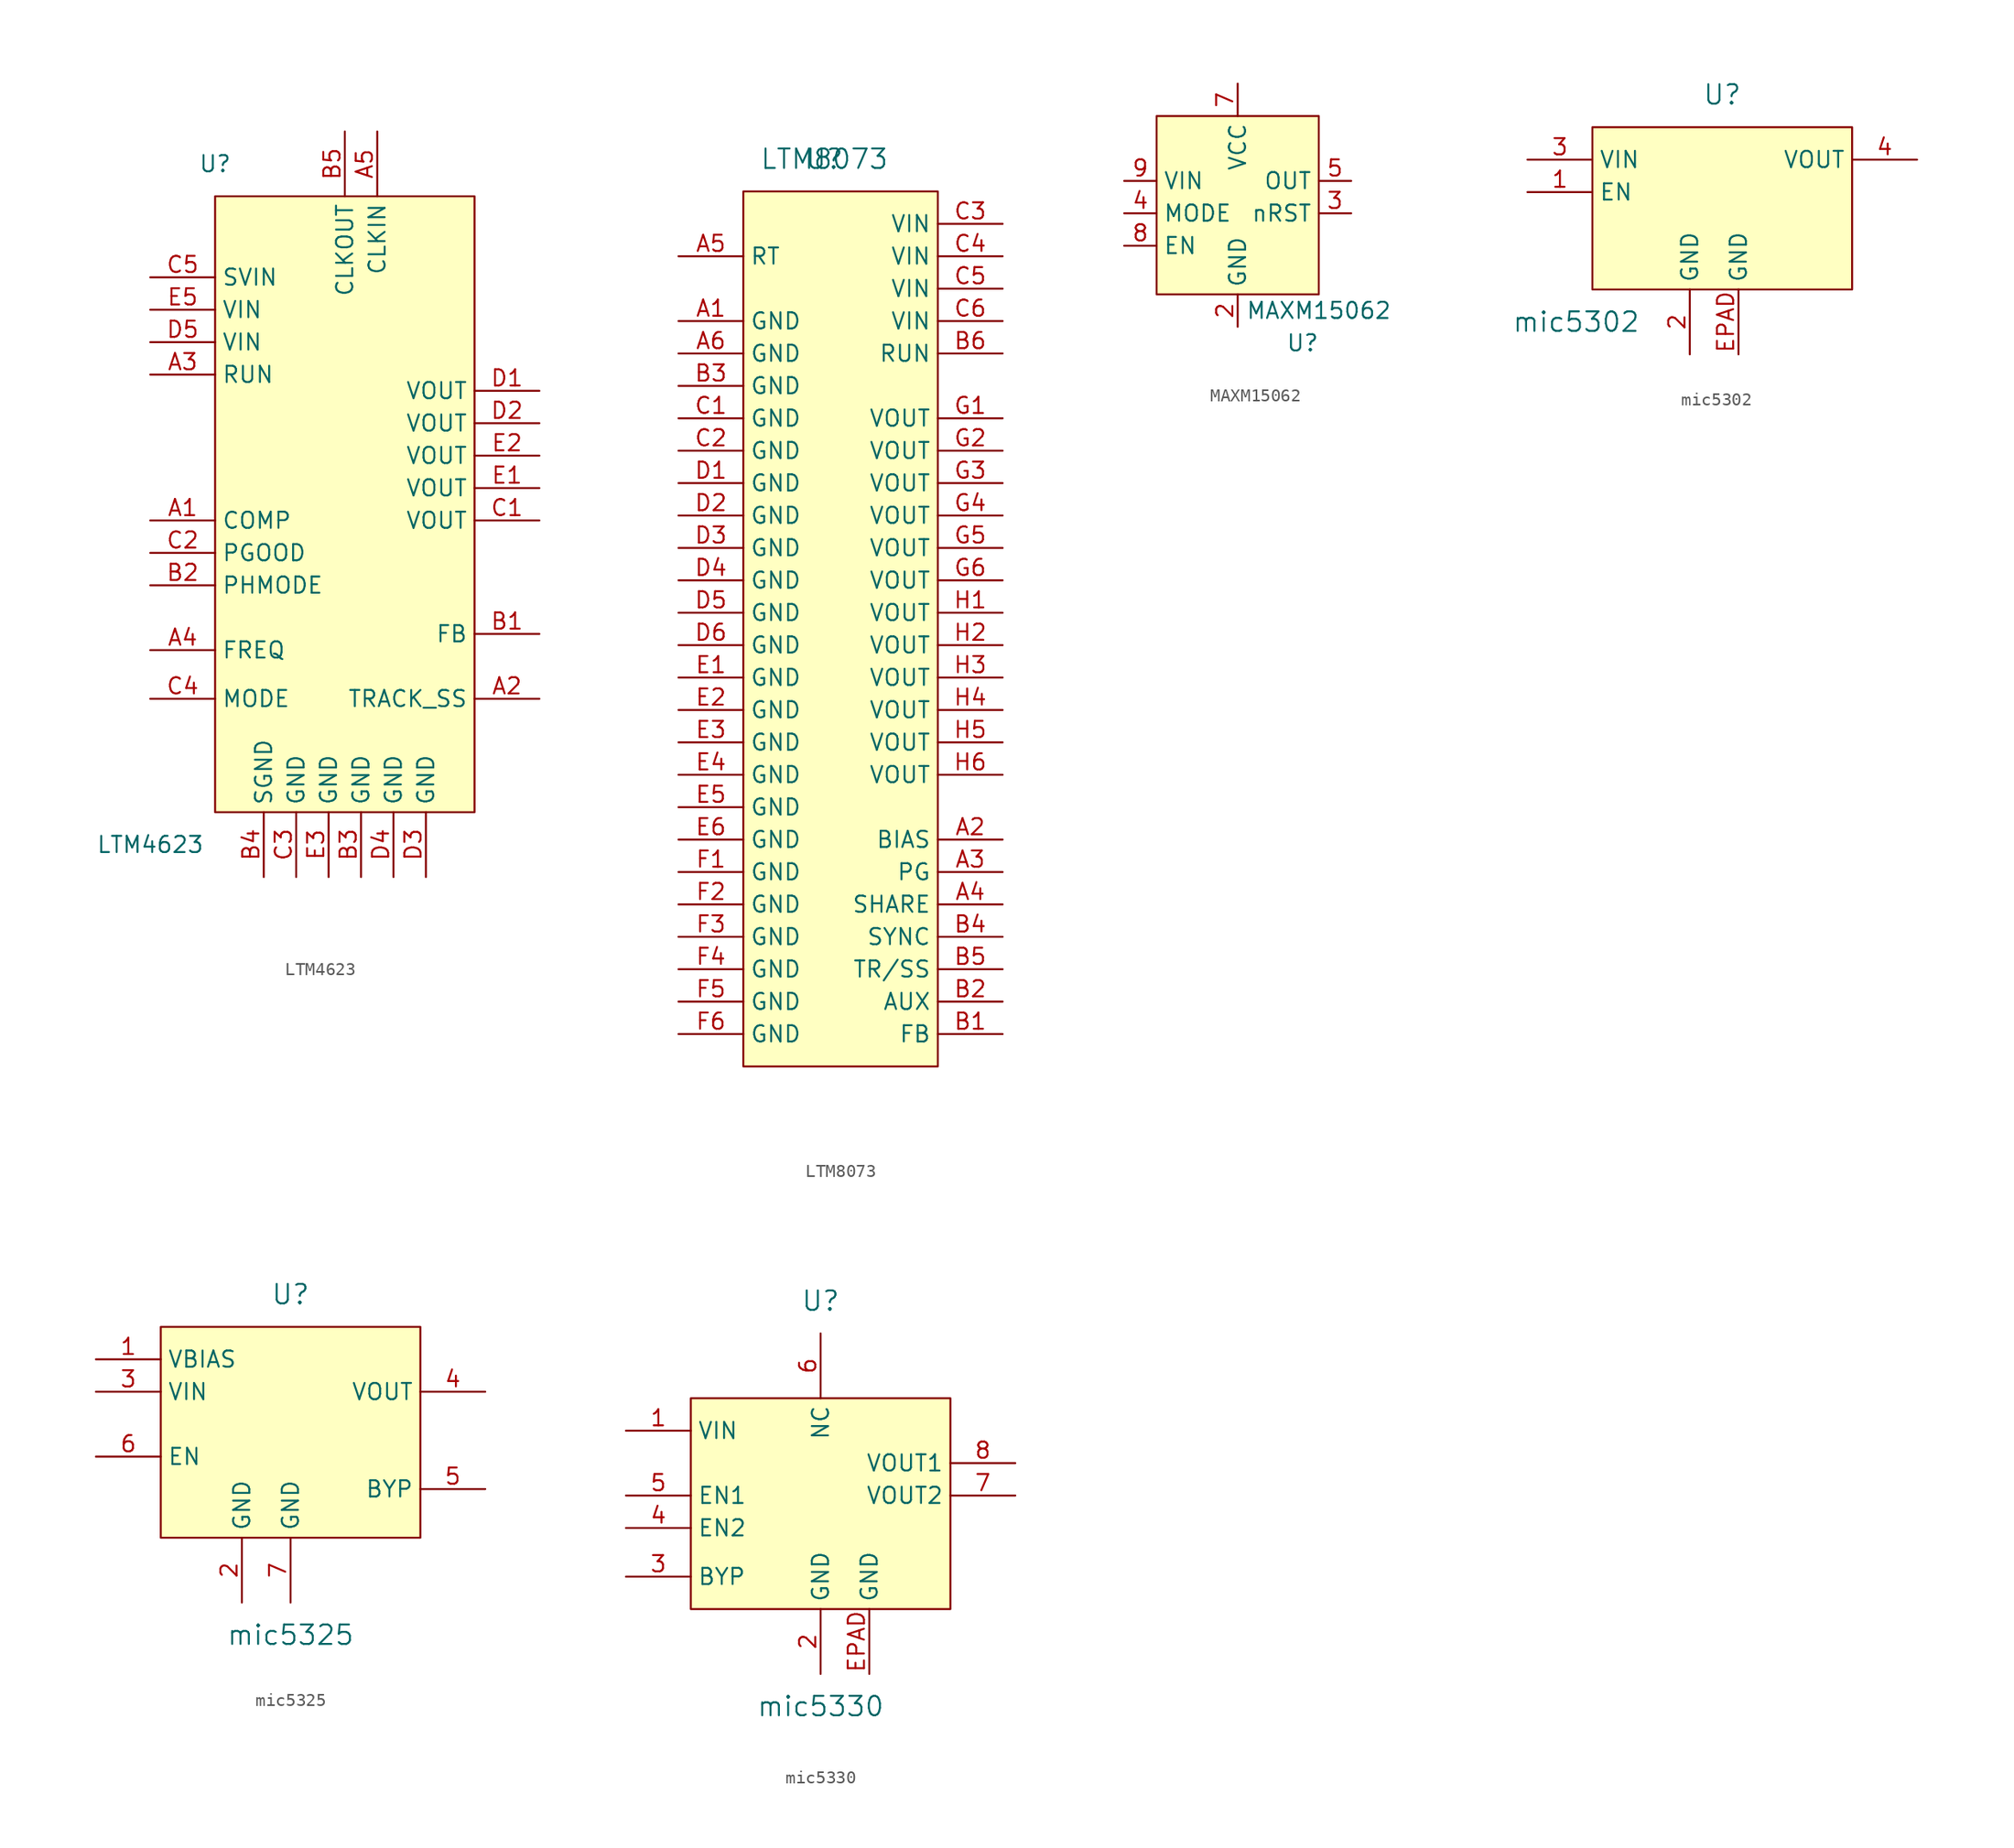
<source format=kicad_sym>
(kicad_symbol_lib
  (version 20201005)
  (generator kicad_symbol_editor)
  (symbol "DCDC_Converters:LTM4623"
    (property "Reference" "U"
      (at -10.16 38.1 0)
      (effects (font (size 1.27 1.27))))
    (property "Value" "LTM4623"
      (at -15.24 -15.24 0)
      (effects (font (size 1.27 1.27))))
    (symbol "LTM4623_0_1"
      (rectangle (start -10.16 -12.7) (end 10.16 35.56) (stroke (width 0)) (fill (type background))))
    (symbol "LTM4623_1_1"
      (pin unspecified line (at -15.24 10.16 0) (length 5.08) (name "COMP" (effects (font (size 1.27 1.27)))) (number "A1" (effects (font (size 1.27 1.27)))))
      (pin unspecified line (at 15.24 -3.81 180) (length 5.08) (name "TRACK_SS" (effects (font (size 1.27 1.27)))) (number "A2" (effects (font (size 1.27 1.27)))))
      (pin unspecified line (at -15.24 21.59 0) (length 5.08) (name "RUN" (effects (font (size 1.27 1.27)))) (number "A3" (effects (font (size 1.27 1.27)))))
      (pin unspecified line (at -15.24 0 0) (length 5.08) (name "FREQ" (effects (font (size 1.27 1.27)))) (number "A4" (effects (font (size 1.27 1.27)))))
      (pin unspecified line (at 2.54 40.64 270) (length 5.08) (name "CLKIN" (effects (font (size 1.27 1.27)))) (number "A5" (effects (font (size 1.27 1.27)))))
      (pin unspecified line (at 15.24 1.27 180) (length 5.08) (name "FB" (effects (font (size 1.27 1.27)))) (number "B1" (effects (font (size 1.27 1.27)))))
      (pin unspecified line (at -15.24 5.08 0) (length 5.08) (name "PHMODE" (effects (font (size 1.27 1.27)))) (number "B2" (effects (font (size 1.27 1.27)))))
      (pin unspecified line (at 1.27 -17.78 90) (length 5.08) (name "GND" (effects (font (size 1.27 1.27)))) (number "B3" (effects (font (size 1.27 1.27)))))
      (pin unspecified line (at -6.35 -17.78 90) (length 5.08) (name "SGND" (effects (font (size 1.27 1.27)))) (number "B4" (effects (font (size 1.27 1.27)))))
      (pin unspecified line (at 0 40.64 270) (length 5.08) (name "CLKOUT" (effects (font (size 1.27 1.27)))) (number "B5" (effects (font (size 1.27 1.27)))))
      (pin unspecified line (at 15.24 10.16 180) (length 5.08) (name "VOUT" (effects (font (size 1.27 1.27)))) (number "C1" (effects (font (size 1.27 1.27)))))
      (pin unspecified line (at -15.24 7.62 0) (length 5.08) (name "PGOOD" (effects (font (size 1.27 1.27)))) (number "C2" (effects (font (size 1.27 1.27)))))
      (pin unspecified line (at -3.81 -17.78 90) (length 5.08) (name "GND" (effects (font (size 1.27 1.27)))) (number "C3" (effects (font (size 1.27 1.27)))))
      (pin unspecified line (at -15.24 -3.81 0) (length 5.08) (name "MODE" (effects (font (size 1.27 1.27)))) (number "C4" (effects (font (size 1.27 1.27)))))
      (pin unspecified line (at -15.24 29.21 0) (length 5.08) (name "SVIN" (effects (font (size 1.27 1.27)))) (number "C5" (effects (font (size 1.27 1.27)))))
      (pin unspecified line (at 15.24 20.32 180) (length 5.08) (name "VOUT" (effects (font (size 1.27 1.27)))) (number "D1" (effects (font (size 1.27 1.27)))))
      (pin unspecified line (at 15.24 17.78 180) (length 5.08) (name "VOUT" (effects (font (size 1.27 1.27)))) (number "D2" (effects (font (size 1.27 1.27)))))
      (pin unspecified line (at 6.35 -17.78 90) (length 5.08) (name "GND" (effects (font (size 1.27 1.27)))) (number "D3" (effects (font (size 1.27 1.27)))))
      (pin unspecified line (at 3.81 -17.78 90) (length 5.08) (name "GND" (effects (font (size 1.27 1.27)))) (number "D4" (effects (font (size 1.27 1.27)))))
      (pin unspecified line (at -15.24 24.13 0) (length 5.08) (name "VIN" (effects (font (size 1.27 1.27)))) (number "D5" (effects (font (size 1.27 1.27)))))
      (pin unspecified line (at 15.24 12.7 180) (length 5.08) (name "VOUT" (effects (font (size 1.27 1.27)))) (number "E1" (effects (font (size 1.27 1.27)))))
      (pin unspecified line (at 15.24 15.24 180) (length 5.08) (name "VOUT" (effects (font (size 1.27 1.27)))) (number "E2" (effects (font (size 1.27 1.27)))))
      (pin unspecified line (at -1.27 -17.78 90) (length 5.08) (name "GND" (effects (font (size 1.27 1.27)))) (number "E3" (effects (font (size 1.27 1.27)))))
      (pin unspecified line (at -15.24 26.67 0) (length 5.08) (name "VIN" (effects (font (size 1.27 1.27)))) (number "E5" (effects (font (size 1.27 1.27)))))))
  (symbol "DCDC_Converters:LTM8073"
    (property "Reference" "U"
      (at -1.27 33.02 0)
      (effects (font (size 1.524 1.524))))
    (property "Value" "LTM8073"
      (at -1.27 33.02 0)
      (effects (font (size 1.524 1.524))))
    (symbol "LTM8073_0_1"
      (rectangle (start 7.62 30.48) (end -7.62 -38.1) (stroke (width 0)) (fill (type background))))
    (symbol "LTM8073_1_1"
      (pin input line (at -12.7 20.32 0) (length 5.08) (name "GND" (effects (font (size 1.27 1.27)))) (number "A1" (effects (font (size 1.27 1.27)))))
      (pin input line (at 12.7 -20.32 180) (length 5.08) (name "BIAS" (effects (font (size 1.27 1.27)))) (number "A2" (effects (font (size 1.27 1.27)))))
      (pin input line (at 12.7 -22.86 180) (length 5.08) (name "PG" (effects (font (size 1.27 1.27)))) (number "A3" (effects (font (size 1.27 1.27)))))
      (pin input line (at 12.7 -25.4 180) (length 5.08) (name "SHARE" (effects (font (size 1.27 1.27)))) (number "A4" (effects (font (size 1.27 1.27)))))
      (pin input line (at -12.7 25.4 0) (length 5.08) (name "RT" (effects (font (size 1.27 1.27)))) (number "A5" (effects (font (size 1.27 1.27)))))
      (pin input line (at -12.7 17.78 0) (length 5.08) (name "GND" (effects (font (size 1.27 1.27)))) (number "A6" (effects (font (size 1.27 1.27)))))
      (pin input line (at 12.7 -35.56 180) (length 5.08) (name "FB" (effects (font (size 1.27 1.27)))) (number "B1" (effects (font (size 1.27 1.27)))))
      (pin input line (at 12.7 -33.02 180) (length 5.08) (name "AUX" (effects (font (size 1.27 1.27)))) (number "B2" (effects (font (size 1.27 1.27)))))
      (pin input line (at -12.7 15.24 0) (length 5.08) (name "GND" (effects (font (size 1.27 1.27)))) (number "B3" (effects (font (size 1.27 1.27)))))
      (pin input line (at 12.7 -27.94 180) (length 5.08) (name "SYNC" (effects (font (size 1.27 1.27)))) (number "B4" (effects (font (size 1.27 1.27)))))
      (pin input line (at 12.7 -30.48 180) (length 5.08) (name "TR/SS" (effects (font (size 1.27 1.27)))) (number "B5" (effects (font (size 1.27 1.27)))))
      (pin input line (at 12.7 17.78 180) (length 5.08) (name "RUN" (effects (font (size 1.27 1.27)))) (number "B6" (effects (font (size 1.27 1.27)))))
      (pin input line (at -12.7 12.7 0) (length 5.08) (name "GND" (effects (font (size 1.27 1.27)))) (number "C1" (effects (font (size 1.27 1.27)))))
      (pin input line (at -12.7 10.16 0) (length 5.08) (name "GND" (effects (font (size 1.27 1.27)))) (number "C2" (effects (font (size 1.27 1.27)))))
      (pin input line (at 12.7 27.94 180) (length 5.08) (name "VIN" (effects (font (size 1.27 1.27)))) (number "C3" (effects (font (size 1.27 1.27)))))
      (pin input line (at 12.7 25.4 180) (length 5.08) (name "VIN" (effects (font (size 1.27 1.27)))) (number "C4" (effects (font (size 1.27 1.27)))))
      (pin input line (at 12.7 22.86 180) (length 5.08) (name "VIN" (effects (font (size 1.27 1.27)))) (number "C5" (effects (font (size 1.27 1.27)))))
      (pin input line (at 12.7 20.32 180) (length 5.08) (name "VIN" (effects (font (size 1.27 1.27)))) (number "C6" (effects (font (size 1.27 1.27)))))
      (pin input line (at -12.7 7.62 0) (length 5.08) (name "GND" (effects (font (size 1.27 1.27)))) (number "D1" (effects (font (size 1.27 1.27)))))
      (pin input line (at -12.7 5.08 0) (length 5.08) (name "GND" (effects (font (size 1.27 1.27)))) (number "D2" (effects (font (size 1.27 1.27)))))
      (pin input line (at -12.7 2.54 0) (length 5.08) (name "GND" (effects (font (size 1.27 1.27)))) (number "D3" (effects (font (size 1.27 1.27)))))
      (pin input line (at -12.7 0 0) (length 5.08) (name "GND" (effects (font (size 1.27 1.27)))) (number "D4" (effects (font (size 1.27 1.27)))))
      (pin input line (at -12.7 -2.54 0) (length 5.08) (name "GND" (effects (font (size 1.27 1.27)))) (number "D5" (effects (font (size 1.27 1.27)))))
      (pin input line (at -12.7 -5.08 0) (length 5.08) (name "GND" (effects (font (size 1.27 1.27)))) (number "D6" (effects (font (size 1.27 1.27)))))
      (pin input line (at -12.7 -7.62 0) (length 5.08) (name "GND" (effects (font (size 1.27 1.27)))) (number "E1" (effects (font (size 1.27 1.27)))))
      (pin input line (at -12.7 -10.16 0) (length 5.08) (name "GND" (effects (font (size 1.27 1.27)))) (number "E2" (effects (font (size 1.27 1.27)))))
      (pin input line (at -12.7 -12.7 0) (length 5.08) (name "GND" (effects (font (size 1.27 1.27)))) (number "E3" (effects (font (size 1.27 1.27)))))
      (pin input line (at -12.7 -15.24 0) (length 5.08) (name "GND" (effects (font (size 1.27 1.27)))) (number "E4" (effects (font (size 1.27 1.27)))))
      (pin input line (at -12.7 -17.78 0) (length 5.08) (name "GND" (effects (font (size 1.27 1.27)))) (number "E5" (effects (font (size 1.27 1.27)))))
      (pin input line (at -12.7 -20.32 0) (length 5.08) (name "GND" (effects (font (size 1.27 1.27)))) (number "E6" (effects (font (size 1.27 1.27)))))
      (pin input line (at -12.7 -22.86 0) (length 5.08) (name "GND" (effects (font (size 1.27 1.27)))) (number "F1" (effects (font (size 1.27 1.27)))))
      (pin input line (at -12.7 -25.4 0) (length 5.08) (name "GND" (effects (font (size 1.27 1.27)))) (number "F2" (effects (font (size 1.27 1.27)))))
      (pin input line (at -12.7 -27.94 0) (length 5.08) (name "GND" (effects (font (size 1.27 1.27)))) (number "F3" (effects (font (size 1.27 1.27)))))
      (pin input line (at -12.7 -30.48 0) (length 5.08) (name "GND" (effects (font (size 1.27 1.27)))) (number "F4" (effects (font (size 1.27 1.27)))))
      (pin input line (at -12.7 -33.02 0) (length 5.08) (name "GND" (effects (font (size 1.27 1.27)))) (number "F5" (effects (font (size 1.27 1.27)))))
      (pin input line (at -12.7 -35.56 0) (length 5.08) (name "GND" (effects (font (size 1.27 1.27)))) (number "F6" (effects (font (size 1.27 1.27)))))
      (pin input line (at 12.7 12.7 180) (length 5.08) (name "VOUT" (effects (font (size 1.27 1.27)))) (number "G1" (effects (font (size 1.27 1.27)))))
      (pin input line (at 12.7 10.16 180) (length 5.08) (name "VOUT" (effects (font (size 1.27 1.27)))) (number "G2" (effects (font (size 1.27 1.27)))))
      (pin input line (at 12.7 7.62 180) (length 5.08) (name "VOUT" (effects (font (size 1.27 1.27)))) (number "G3" (effects (font (size 1.27 1.27)))))
      (pin input line (at 12.7 5.08 180) (length 5.08) (name "VOUT" (effects (font (size 1.27 1.27)))) (number "G4" (effects (font (size 1.27 1.27)))))
      (pin input line (at 12.7 2.54 180) (length 5.08) (name "VOUT" (effects (font (size 1.27 1.27)))) (number "G5" (effects (font (size 1.27 1.27)))))
      (pin input line (at 12.7 0 180) (length 5.08) (name "VOUT" (effects (font (size 1.27 1.27)))) (number "G6" (effects (font (size 1.27 1.27)))))
      (pin input line (at 12.7 -2.54 180) (length 5.08) (name "VOUT" (effects (font (size 1.27 1.27)))) (number "H1" (effects (font (size 1.27 1.27)))))
      (pin input line (at 12.7 -5.08 180) (length 5.08) (name "VOUT" (effects (font (size 1.27 1.27)))) (number "H2" (effects (font (size 1.27 1.27)))))
      (pin input line (at 12.7 -7.62 180) (length 5.08) (name "VOUT" (effects (font (size 1.27 1.27)))) (number "H3" (effects (font (size 1.27 1.27)))))
      (pin input line (at 12.7 -10.16 180) (length 5.08) (name "VOUT" (effects (font (size 1.27 1.27)))) (number "H4" (effects (font (size 1.27 1.27)))))
      (pin input line (at 12.7 -12.7 180) (length 5.08) (name "VOUT" (effects (font (size 1.27 1.27)))) (number "H5" (effects (font (size 1.27 1.27)))))
      (pin input line (at 12.7 -15.24 180) (length 5.08) (name "VOUT" (effects (font (size 1.27 1.27)))) (number "H6" (effects (font (size 1.27 1.27)))))))
  (symbol "DCDC_Converters:MAXM15062"
    (property "Reference" "U"
      (at 5.08 -10.16 0)
      (effects (font (size 1.27 1.27))))
    (property "Value" "MAXM15062"
      (at 6.35 -7.62 0)
      (effects (font (size 1.27 1.27))))
    (symbol "MAXM15062_0_1"
      (rectangle (start -6.35 7.62) (end 6.35 -6.35) (stroke (width 0)) (fill (type background)))
      (pin passive line (at -8.89 2.54 0) (length 2.54) hide (name "VIN" (effects (font (size 1.27 1.27)))) (number "10" (effects (font (size 1.27 1.27)))))
      (pin open_collector line (at 8.89 0 180) (length 2.54) (name "nRST" (effects (font (size 1.27 1.27)))) (number "3" (effects (font (size 1.27 1.27)))))
      (pin input line (at -8.89 0 0) (length 2.54) (name "MODE" (effects (font (size 1.27 1.27)))) (number "4" (effects (font (size 1.27 1.27)))))
      (pin power_out line (at 8.89 2.54 180) (length 2.54) (name "OUT" (effects (font (size 1.27 1.27)))) (number "5" (effects (font (size 1.27 1.27)))))
      (pin passive line (at 8.89 2.54 180) (length 2.54) hide (name "FB" (effects (font (size 1.27 1.27)))) (number "6" (effects (font (size 1.27 1.27)))))
      (pin power_out line (at 0 10.16 270) (length 2.54) (name "VCC" (effects (font (size 1.27 1.27)))) (number "7" (effects (font (size 1.27 1.27)))))
      (pin input line (at -8.89 -2.54 0) (length 2.54) (name "EN" (effects (font (size 1.27 1.27)))) (number "8" (effects (font (size 1.27 1.27)))))
      (pin power_in line (at -8.89 2.54 0) (length 2.54) (name "VIN" (effects (font (size 1.27 1.27)))) (number "9" (effects (font (size 1.27 1.27))))))
    (symbol "MAXM15062_1_1"
      (pin no_connect line (at 8.89 -2.54 180) (length 2.54) hide (name "LX" (effects (font (size 1.27 1.27)))) (number "1" (effects (font (size 1.27 1.27)))))
      (pin power_in line (at 0 -8.89 90) (length 2.54) (name "GND" (effects (font (size 1.27 1.27)))) (number "2" (effects (font (size 1.27 1.27)))))))
  (symbol "DCDC_Converters:mic5302"
    (property "Reference" "U"
      (at 0 10.16 0)
      (effects (font (size 1.524 1.524))))
    (property "Value" "mic5302"
      (at -11.43 -7.62 0)
      (effects (font (size 1.524 1.524))))
    (symbol "mic5302_0_1"
      (rectangle (start -10.16 7.62) (end 10.16 -5.08) (stroke (width 0)) (fill (type background))))
    (symbol "mic5302_1_1"
      (pin input line (at -15.24 2.54 0) (length 5.08) (name "EN" (effects (font (size 1.27 1.27)))) (number "1" (effects (font (size 1.27 1.27)))))
      (pin input line (at -2.54 -10.16 90) (length 5.08) (name "GND" (effects (font (size 1.27 1.27)))) (number "2" (effects (font (size 1.27 1.27)))))
      (pin input line (at -15.24 5.08 0) (length 5.08) (name "VIN" (effects (font (size 1.27 1.27)))) (number "3" (effects (font (size 1.27 1.27)))))
      (pin input line (at 15.24 5.08 180) (length 5.08) (name "VOUT" (effects (font (size 1.27 1.27)))) (number "4" (effects (font (size 1.27 1.27)))))
      (pin input line (at 1.27 -10.16 90) (length 5.08) (name "GND" (effects (font (size 1.27 1.27)))) (number "EPAD" (effects (font (size 1.27 1.27)))))))
  (symbol "DCDC_Converters:mic5325"
    (property "Reference" "U"
      (at 0 10.16 0)
      (effects (font (size 1.524 1.524))))
    (property "Value" "mic5325"
      (at 0 -16.51 0)
      (effects (font (size 1.524 1.524))))
    (symbol "mic5325_0_1"
      (rectangle (start -10.16 7.62) (end 10.16 -8.89) (stroke (width 0)) (fill (type background))))
    (symbol "mic5325_1_1"
      (pin input line (at -15.24 5.08 0) (length 5.08) (name "VBIAS" (effects (font (size 1.27 1.27)))) (number "1" (effects (font (size 1.27 1.27)))))
      (pin input line (at -3.81 -13.97 90) (length 5.08) (name "GND" (effects (font (size 1.27 1.27)))) (number "2" (effects (font (size 1.27 1.27)))))
      (pin input line (at -15.24 2.54 0) (length 5.08) (name "VIN" (effects (font (size 1.27 1.27)))) (number "3" (effects (font (size 1.27 1.27)))))
      (pin input line (at 15.24 2.54 180) (length 5.08) (name "VOUT" (effects (font (size 1.27 1.27)))) (number "4" (effects (font (size 1.27 1.27)))))
      (pin input line (at 15.24 -5.08 180) (length 5.08) (name "BYP" (effects (font (size 1.27 1.27)))) (number "5" (effects (font (size 1.27 1.27)))))
      (pin input line (at -15.24 -2.54 0) (length 5.08) (name "EN" (effects (font (size 1.27 1.27)))) (number "6" (effects (font (size 1.27 1.27)))))
      (pin input line (at 0 -13.97 90) (length 5.08) (name "GND" (effects (font (size 1.27 1.27)))) (number "7" (effects (font (size 1.27 1.27)))))))
  (symbol "DCDC_Converters:mic5330"
    (property "Reference" "U"
      (at 0 15.24 0)
      (effects (font (size 1.524 1.524))))
    (property "Value" "mic5330"
      (at 0 -16.51 0)
      (effects (font (size 1.524 1.524))))
    (symbol "mic5330_0_1"
      (rectangle (start -10.16 7.62) (end 10.16 -8.89) (stroke (width 0)) (fill (type background))))
    (symbol "mic5330_1_1"
      (pin input line (at -15.24 5.08 0) (length 5.08) (name "VIN" (effects (font (size 1.27 1.27)))) (number "1" (effects (font (size 1.27 1.27)))))
      (pin input line (at 0 -13.97 90) (length 5.08) (name "GND" (effects (font (size 1.27 1.27)))) (number "2" (effects (font (size 1.27 1.27)))))
      (pin input line (at -15.24 -6.35 0) (length 5.08) (name "BYP" (effects (font (size 1.27 1.27)))) (number "3" (effects (font (size 1.27 1.27)))))
      (pin input line (at -15.24 -2.54 0) (length 5.08) (name "EN2" (effects (font (size 1.27 1.27)))) (number "4" (effects (font (size 1.27 1.27)))))
      (pin input line (at -15.24 0 0) (length 5.08) (name "EN1" (effects (font (size 1.27 1.27)))) (number "5" (effects (font (size 1.27 1.27)))))
      (pin input line (at 0 12.7 270) (length 5.08) (name "NC" (effects (font (size 1.27 1.27)))) (number "6" (effects (font (size 1.27 1.27)))))
      (pin input line (at 15.24 0 180) (length 5.08) (name "VOUT2" (effects (font (size 1.27 1.27)))) (number "7" (effects (font (size 1.27 1.27)))))
      (pin input line (at 15.24 2.54 180) (length 5.08) (name "VOUT1" (effects (font (size 1.27 1.27)))) (number "8" (effects (font (size 1.27 1.27)))))
      (pin input line (at 3.81 -13.97 90) (length 5.08) (name "GND" (effects (font (size 1.27 1.27)))) (number "EPAD" (effects (font (size 1.27 1.27))))))))
</source>
